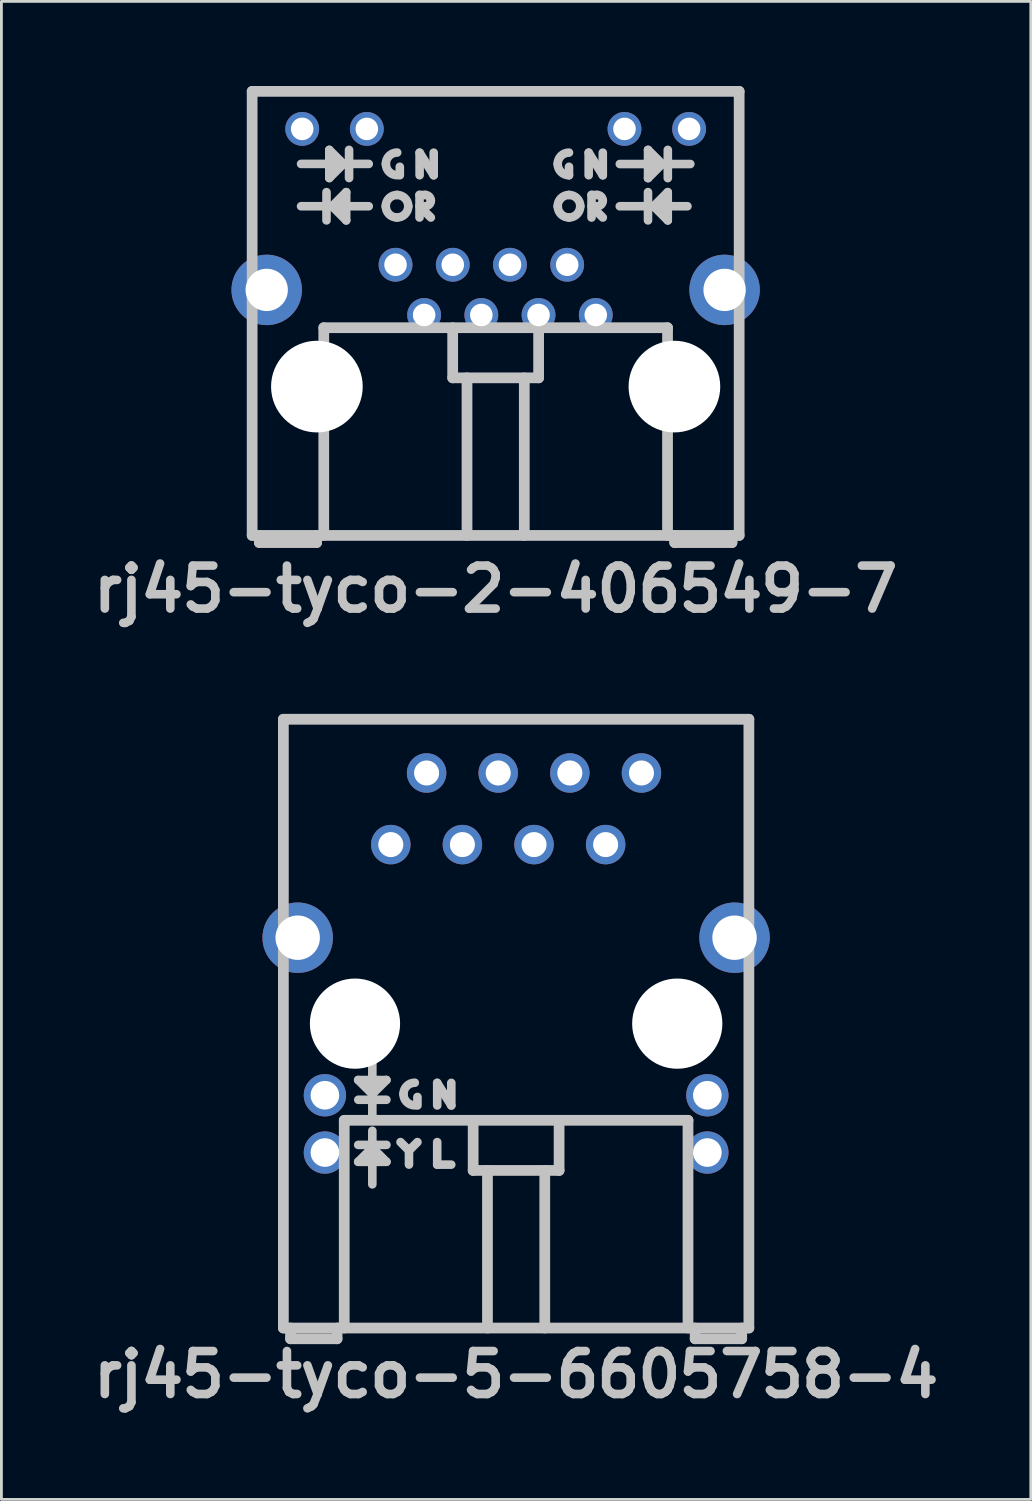
<source format=kicad_pcb>
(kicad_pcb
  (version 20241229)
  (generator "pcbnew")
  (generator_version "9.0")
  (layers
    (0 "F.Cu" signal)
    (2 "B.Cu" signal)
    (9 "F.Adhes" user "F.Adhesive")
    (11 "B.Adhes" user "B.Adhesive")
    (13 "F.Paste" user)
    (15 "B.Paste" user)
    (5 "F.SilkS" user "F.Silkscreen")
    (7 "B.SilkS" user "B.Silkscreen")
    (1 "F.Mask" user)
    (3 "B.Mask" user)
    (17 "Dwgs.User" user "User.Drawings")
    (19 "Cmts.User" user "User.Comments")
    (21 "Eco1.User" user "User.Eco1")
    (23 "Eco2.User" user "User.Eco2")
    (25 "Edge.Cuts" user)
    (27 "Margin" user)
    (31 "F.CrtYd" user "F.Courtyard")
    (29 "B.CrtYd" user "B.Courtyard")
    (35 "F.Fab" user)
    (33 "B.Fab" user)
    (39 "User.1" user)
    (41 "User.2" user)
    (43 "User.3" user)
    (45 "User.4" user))
  (footprint "rj45-tyco-5-6605758-4"
    (layer "F.Cu")
    (at 15.255 33.255)
    (property "Reference" "rj45-tyco-5-6605758-4" (at 0 12.446 0) (layer "Dwgs.User") (effects (font (size 1.524 1.524) (thickness 0.305))))
    (attr through_hole)
    (fp_line (start -8.255 -10.795) (end 8.255 -10.795) (stroke (width 0.381) (type solid)) (layer "Dwgs.User"))
    (fp_line (start -8.255 10.795) (end -8.255 -10.795) (stroke (width 0.381) (type solid)) (layer "Dwgs.User"))
    (fp_line (start -8.255 10.795) (end 8.255 10.795) (stroke (width 0.381) (type solid)) (layer "Dwgs.User"))
    (fp_line (start -8.001 11.176) (end -8.001 10.795) (stroke (width 0.381) (type solid)) (layer "Dwgs.User"))
    (fp_line (start -8.001 11.176) (end -6.35 11.176) (stroke (width 0.381) (type solid)) (layer "Dwgs.User"))
    (fp_line (start -6.35 11.176) (end -6.35 10.795) (stroke (width 0.381) (type solid)) (layer "Dwgs.User"))
    (fp_line (start -6.096 3.429) (end -6.096 10.795) (stroke (width 0.381) (type solid)) (layer "Dwgs.User"))
    (fp_line (start -6.096 3.429) (end 6.096 3.429) (stroke (width 0.381) (type solid)) (layer "Dwgs.User"))
    (fp_line (start -5.601 1.999) (end -4.6 1.999) (stroke (width 0.305) (type solid)) (layer "Dwgs.User"))
    (fp_line (start -5.601 4.3) (end -4.6 4.3) (stroke (width 0.305) (type solid)) (layer "Dwgs.User"))
    (fp_line (start -5.601 4.9) (end -5.1 4.399) (stroke (width 0.305) (type solid)) (layer "Dwgs.User"))
    (fp_line (start -5.1 2.499) (end -5.601 1.999) (stroke (width 0.305) (type solid)) (layer "Dwgs.User"))
    (fp_line (start -5.1 3.299) (end -5.1 1.4) (stroke (width 0.305) (type solid)) (layer "Dwgs.User"))
    (fp_line (start -5.1 4.399) (end -4.6 4.9) (stroke (width 0.305) (type solid)) (layer "Dwgs.User"))
    (fp_line (start -5.1 5.7) (end -5.1 3.8) (stroke (width 0.305) (type solid)) (layer "Dwgs.User"))
    (fp_line (start -4.6 1.999) (end -5.1 2.499) (stroke (width 0.305) (type solid)) (layer "Dwgs.User"))
    (fp_line (start -4.6 2.7) (end -5.598 2.7) (stroke (width 0.305) (type solid)) (layer "Dwgs.User"))
    (fp_line (start -4.6 4.9) (end -5.601 4.9) (stroke (width 0.305) (type solid)) (layer "Dwgs.User"))
    (fp_line (start -3.8 4.498) (end -3.8 4.999) (stroke (width 0.305) (type solid)) (layer "Dwgs.User"))
    (fp_line (start -3.8 4.501) (end -4.1 4.201) (stroke (width 0.305) (type solid)) (layer "Dwgs.User"))
    (fp_line (start -3.8 4.501) (end -3.5 4.201) (stroke (width 0.305) (type solid)) (layer "Dwgs.User"))
    (fp_line (start -3.5 2.601) (end -3.5 2.901) (stroke (width 0.305) (type solid)) (layer "Dwgs.User"))
    (fp_line (start -2.799 2.101) (end -2.299 2.901) (stroke (width 0.305) (type solid)) (layer "Dwgs.User"))
    (fp_line (start -2.799 2.901) (end -2.799 2.101) (stroke (width 0.305) (type solid)) (layer "Dwgs.User"))
    (fp_line (start -2.799 4.201) (end -2.799 5.001) (stroke (width 0.305) (type solid)) (layer "Dwgs.User"))
    (fp_line (start -2.799 5.001) (end -2.301 5.001) (stroke (width 0.305) (type solid)) (layer "Dwgs.User"))
    (fp_line (start -2.299 2.901) (end -2.299 2.101) (stroke (width 0.305) (type solid)) (layer "Dwgs.User"))
    (fp_line (start -1.524 5.207) (end -1.524 3.429) (stroke (width 0.381) (type solid)) (layer "Dwgs.User"))
    (fp_line (start -1.016 10.795) (end -1.016 5.207) (stroke (width 0.381) (type solid)) (layer "Dwgs.User"))
    (fp_line (start 1.016 5.207) (end 1.016 10.795) (stroke (width 0.381) (type solid)) (layer "Dwgs.User"))
    (fp_line (start 1.524 3.429) (end 1.524 5.207) (stroke (width 0.381) (type solid)) (layer "Dwgs.User"))
    (fp_line (start 1.524 5.207) (end -1.524 5.207) (stroke (width 0.381) (type solid)) (layer "Dwgs.User"))
    (fp_line (start 6.096 3.429) (end 6.096 10.795) (stroke (width 0.381) (type solid)) (layer "Dwgs.User"))
    (fp_line (start 6.35 11.176) (end 6.35 10.795) (stroke (width 0.381) (type solid)) (layer "Dwgs.User"))
    (fp_line (start 6.35 11.176) (end 8.001 11.176) (stroke (width 0.381) (type solid)) (layer "Dwgs.User"))
    (fp_line (start 8.001 11.176) (end 8.001 10.795) (stroke (width 0.381) (type solid)) (layer "Dwgs.User"))
    (fp_line (start 8.255 -10.795) (end 8.255 10.795) (stroke (width 0.381) (type solid)) (layer "Dwgs.User"))
    (fp_arc (start -3.99542 2.49682) (mid -3.877876 2.213044) (end -3.5941 2.0955) (stroke (width 0.3048) (type solid)) (layer "Dwgs.User"))
    (fp_arc (start -3.5941 2.89814) (mid -3.877876 2.780596) (end -3.99542 2.49682) (stroke (width 0.3048) (type solid)) (layer "Dwgs.User"))
    (pad "" thru_hole circle (at -7.747 -3.048) (size 2.499 2.499) (drill 1.575) (layers "*.Cu" "*.Mask"))
    (pad "" np_thru_hole circle (at -5.715 0) (size 3.2 3.2) (drill 3.2) (layers "*.Cu"))
    (pad "" np_thru_hole circle (at 5.715 0) (size 3.2 3.2) (drill 3.2) (layers "*.Cu"))
    (pad "" thru_hole circle (at 7.747 -3.048) (size 2.499 2.499) (drill 1.575) (layers "*.Cu" "*.Mask"))
    (pad "1" thru_hole circle (at -4.445 -6.35) (size 1.4 1.4) (drill 0.889) (layers "*.Cu" "*.Mask"))
    (pad "2" thru_hole circle (at -3.175 -8.89) (size 1.4 1.4) (drill 0.889) (layers "*.Cu" "*.Mask"))
    (pad "3" thru_hole circle (at -1.905 -6.35) (size 1.4 1.4) (drill 0.889) (layers "*.Cu" "*.Mask"))
    (pad "4" thru_hole circle (at -0.635 -8.89) (size 1.4 1.4) (drill 0.889) (layers "*.Cu" "*.Mask"))
    (pad "5" thru_hole circle (at 0.635 -6.35) (size 1.4 1.4) (drill 0.889) (layers "*.Cu" "*.Mask"))
    (pad "6" thru_hole circle (at 1.905 -8.89) (size 1.4 1.4) (drill 0.889) (layers "*.Cu" "*.Mask"))
    (pad "7" thru_hole circle (at 3.175 -6.35) (size 1.4 1.4) (drill 0.889) (layers "*.Cu" "*.Mask"))
    (pad "8" thru_hole circle (at 4.445 -8.89) (size 1.4 1.4) (drill 0.889) (layers "*.Cu" "*.Mask"))
    (pad "9" thru_hole circle (at -6.782 2.54) (size 1.501 1.501) (drill 1.016) (layers "*.Cu" "*.Mask"))
    (pad "10" thru_hole circle (at -6.782 4.572) (size 1.501 1.501) (drill 1.016) (layers "*.Cu" "*.Mask"))
    (pad "11" thru_hole circle (at 6.782 2.54) (size 1.501 1.501) (drill 1.016) (layers "*.Cu" "*.Mask"))
    (pad "12" thru_hole circle (at 6.782 4.572) (size 1.501 1.501) (drill 1.016) (layers "*.Cu" "*.Mask")))
  (footprint "rj45-tyco-2-406549-7"
    (layer "F.Cu")
    (at 14.529 8.065)
    (property "Reference" "rj45-tyco-2-406549-7" (at 0 9.779 0) (layer "Dwgs.User") (effects (font (size 1.524 1.524) (thickness 0.305))))
    (attr through_hole)
    (fp_line (start -8.636 -7.874) (end 8.636 -7.874) (stroke (width 0.381) (type solid)) (layer "Dwgs.User"))
    (fp_line (start -8.636 7.874) (end -8.636 -7.874) (stroke (width 0.381) (type solid)) (layer "Dwgs.User"))
    (fp_line (start -8.382 7.874) (end -8.382 8.128) (stroke (width 0.381) (type solid)) (layer "Dwgs.User"))
    (fp_line (start -8.382 8.128) (end -6.35 8.128) (stroke (width 0.381) (type solid)) (layer "Dwgs.User"))
    (fp_line (start -6.901 -5.301) (end -4.501 -5.301) (stroke (width 0.305) (type solid)) (layer "Dwgs.User"))
    (fp_line (start -6.901 -3.8) (end -4.501 -3.8) (stroke (width 0.305) (type solid)) (layer "Dwgs.User"))
    (fp_line (start -6.35 8.128) (end -6.35 7.874) (stroke (width 0.381) (type solid)) (layer "Dwgs.User"))
    (fp_line (start -6.096 0.508) (end 6.096 0.508) (stroke (width 0.381) (type solid)) (layer "Dwgs.User"))
    (fp_line (start -6.096 7.874) (end -6.096 0.508) (stroke (width 0.381) (type solid)) (layer "Dwgs.User"))
    (fp_line (start -5.999 -4.3) (end -5.999 -3.299) (stroke (width 0.305) (type solid)) (layer "Dwgs.User"))
    (fp_line (start -5.9 -5.799) (end -5.9 -4.801) (stroke (width 0.305) (type solid)) (layer "Dwgs.User"))
    (fp_line (start -5.9 -4.801) (end -5.4 -5.301) (stroke (width 0.305) (type solid)) (layer "Dwgs.User"))
    (fp_line (start -5.799 -3.8) (end -5.301 -3.299) (stroke (width 0.305) (type solid)) (layer "Dwgs.User"))
    (fp_line (start -5.4 -5.301) (end -5.9 -5.799) (stroke (width 0.305) (type solid)) (layer "Dwgs.User"))
    (fp_line (start -5.301 -4.3) (end -5.799 -3.8) (stroke (width 0.305) (type solid)) (layer "Dwgs.User"))
    (fp_line (start -5.301 -3.299) (end -5.301 -4.3) (stroke (width 0.305) (type solid)) (layer "Dwgs.User"))
    (fp_line (start -5.199 -5.799) (end -5.199 -4.801) (stroke (width 0.305) (type solid)) (layer "Dwgs.User"))
    (fp_line (start -3.399 -5.199) (end -3.399 -4.9) (stroke (width 0.305) (type solid)) (layer "Dwgs.User"))
    (fp_line (start -2.7 -3.8) (end -2.299 -3.401) (stroke (width 0.305) (type solid)) (layer "Dwgs.User"))
    (fp_line (start -2.7 -3.401) (end -2.7 -4.201) (stroke (width 0.305) (type solid)) (layer "Dwgs.User"))
    (fp_line (start -2.697 -5.7) (end -2.197 -4.9) (stroke (width 0.305) (type solid)) (layer "Dwgs.User"))
    (fp_line (start -2.697 -4.9) (end -2.697 -5.7) (stroke (width 0.305) (type solid)) (layer "Dwgs.User"))
    (fp_line (start -2.499 -4.201) (end -2.7 -4.201) (stroke (width 0.305) (type solid)) (layer "Dwgs.User"))
    (fp_line (start -2.197 -4.9) (end -2.197 -5.7) (stroke (width 0.305) (type solid)) (layer "Dwgs.User"))
    (fp_line (start -1.524 2.286) (end -1.524 0.508) (stroke (width 0.381) (type solid)) (layer "Dwgs.User"))
    (fp_line (start -1.016 7.874) (end -1.016 2.286) (stroke (width 0.381) (type solid)) (layer "Dwgs.User"))
    (fp_line (start 1.016 2.286) (end 1.016 7.874) (stroke (width 0.381) (type solid)) (layer "Dwgs.User"))
    (fp_line (start 1.524 0.508) (end 1.524 2.286) (stroke (width 0.381) (type solid)) (layer "Dwgs.User"))
    (fp_line (start 1.524 2.286) (end -1.524 2.286) (stroke (width 0.381) (type solid)) (layer "Dwgs.User"))
    (fp_line (start 2.601 -4.9) (end 2.601 -5.199) (stroke (width 0.305) (type solid)) (layer "Dwgs.User"))
    (fp_line (start 3.299 -5.7) (end 3.8 -4.9) (stroke (width 0.305) (type solid)) (layer "Dwgs.User"))
    (fp_line (start 3.299 -4.9) (end 3.299 -5.7) (stroke (width 0.305) (type solid)) (layer "Dwgs.User"))
    (fp_line (start 3.401 -3.401) (end 3.401 -4.201) (stroke (width 0.305) (type solid)) (layer "Dwgs.User"))
    (fp_line (start 3.599 -4.201) (end 3.401 -4.201) (stroke (width 0.305) (type solid)) (layer "Dwgs.User"))
    (fp_line (start 3.8 -4.9) (end 3.8 -5.7) (stroke (width 0.305) (type solid)) (layer "Dwgs.User"))
    (fp_line (start 3.8 -3.401) (end 3.401 -3.8) (stroke (width 0.305) (type solid)) (layer "Dwgs.User"))
    (fp_line (start 4.402 -3.8) (end 6.802 -3.8) (stroke (width 0.305) (type solid)) (layer "Dwgs.User"))
    (fp_line (start 4.404 -5.298) (end 6.904 -5.298) (stroke (width 0.305) (type solid)) (layer "Dwgs.User"))
    (fp_line (start 5.403 -4.3) (end 5.403 -3.299) (stroke (width 0.305) (type solid)) (layer "Dwgs.User"))
    (fp_line (start 5.405 -5.799) (end 5.905 -5.298) (stroke (width 0.305) (type solid)) (layer "Dwgs.User"))
    (fp_line (start 5.405 -4.798) (end 5.405 -5.799) (stroke (width 0.305) (type solid)) (layer "Dwgs.User"))
    (fp_line (start 5.603 -3.8) (end 6.104 -4.3) (stroke (width 0.305) (type solid)) (layer "Dwgs.User"))
    (fp_line (start 5.905 -5.298) (end 5.405 -4.798) (stroke (width 0.305) (type solid)) (layer "Dwgs.User"))
    (fp_line (start 6.096 0.508) (end 6.096 7.874) (stroke (width 0.381) (type solid)) (layer "Dwgs.User"))
    (fp_line (start 6.104 -4.3) (end 6.104 -3.299) (stroke (width 0.305) (type solid)) (layer "Dwgs.User"))
    (fp_line (start 6.104 -3.299) (end 5.603 -3.8) (stroke (width 0.305) (type solid)) (layer "Dwgs.User"))
    (fp_line (start 6.106 -5.799) (end 6.106 -4.798) (stroke (width 0.305) (type solid)) (layer "Dwgs.User"))
    (fp_line (start 6.35 7.874) (end 6.35 8.128) (stroke (width 0.381) (type solid)) (layer "Dwgs.User"))
    (fp_line (start 6.35 8.128) (end 8.382 8.128) (stroke (width 0.381) (type solid)) (layer "Dwgs.User"))
    (fp_line (start 8.382 8.128) (end 8.382 7.874) (stroke (width 0.381) (type solid)) (layer "Dwgs.User"))
    (fp_line (start 8.636 -7.874) (end 8.636 7.874) (stroke (width 0.381) (type solid)) (layer "Dwgs.User"))
    (fp_line (start 8.636 7.874) (end -8.636 7.874) (stroke (width 0.381) (type solid)) (layer "Dwgs.User"))
    (fp_arc (start -3.8989 -3.79984) (mid -3.781356 -4.083616) (end -3.49758 -4.20116) (stroke (width 0.3048) (type solid)) (layer "Dwgs.User"))
    (fp_arc (start -3.89382 -5.30352) (mid -3.776276 -5.587296) (end -3.4925 -5.70484) (stroke (width 0.3048) (type solid)) (layer "Dwgs.User"))
    (fp_arc (start -3.50012 -4.20116) (mid -3.216344 -4.083616) (end -3.0988 -3.79984) (stroke (width 0.3048) (type solid)) (layer "Dwgs.User"))
    (fp_arc (start -3.49758 -3.40106) (mid -3.77956 -3.51786) (end -3.89636 -3.79984) (stroke (width 0.3048) (type solid)) (layer "Dwgs.User"))
    (fp_arc (start -3.4925 -4.9022) (mid -3.776276 -5.019744) (end -3.89382 -5.30352) (stroke (width 0.3048) (type solid)) (layer "Dwgs.User"))
    (fp_arc (start -3.0988 -3.79984) (mid -3.2156 -3.51786) (end -3.49758 -3.40106) (stroke (width 0.3048) (type solid)) (layer "Dwgs.User"))
    (fp_arc (start -2.49936 -4.20116) (mid -2.357472 -4.142388) (end -2.2987 -4.0005) (stroke (width 0.3048) (type solid)) (layer "Dwgs.User"))
    (fp_arc (start -2.2987 -4.0005) (mid -2.357472 -3.858612) (end -2.49936 -3.79984) (stroke (width 0.3048) (type solid)) (layer "Dwgs.User"))
    (fp_arc (start 2.19964 -5.30098) (mid 2.317184 -5.584756) (end 2.60096 -5.7023) (stroke (width 0.3048) (type solid)) (layer "Dwgs.User"))
    (fp_arc (start 2.19964 -3.79984) (mid 2.317184 -4.083616) (end 2.60096 -4.20116) (stroke (width 0.3048) (type solid)) (layer "Dwgs.User"))
    (fp_arc (start 2.60096 -4.89966) (mid 2.317184 -5.017204) (end 2.19964 -5.30098) (stroke (width 0.3048) (type solid)) (layer "Dwgs.User"))
    (fp_arc (start 2.60096 -4.20116) (mid 2.884736 -4.083616) (end 3.00228 -3.79984) (stroke (width 0.3048) (type solid)) (layer "Dwgs.User"))
    (fp_arc (start 2.60096 -3.40106) (mid 2.31898 -3.51786) (end 2.20218 -3.79984) (stroke (width 0.3048) (type solid)) (layer "Dwgs.User"))
    (fp_arc (start 2.99974 -3.79984) (mid 2.88294 -3.51786) (end 2.60096 -3.40106) (stroke (width 0.3048) (type solid)) (layer "Dwgs.User"))
    (fp_arc (start 3.59918 -4.20116) (mid 3.741068 -4.142388) (end 3.79984 -4.0005) (stroke (width 0.3048) (type solid)) (layer "Dwgs.User"))
    (fp_arc (start 3.79984 -4.0005) (mid 3.741068 -3.858612) (end 3.59918 -3.79984) (stroke (width 0.3048) (type solid)) (layer "Dwgs.User"))
    (pad "" thru_hole circle (at -8.12 -0.833) (size 2.499 2.499) (drill 1.501) (layers "*.Cu" "*.Mask"))
    (pad "" np_thru_hole circle (at -6.34 2.596) (size 3.251 3.251) (drill 3.251) (layers "*.Cu"))
    (pad "" np_thru_hole circle (at 6.34 2.596) (size 3.251 3.251) (drill 3.251) (layers "*.Cu"))
    (pad "" thru_hole circle (at 8.12 -0.833) (size 2.499 2.499) (drill 1.501) (layers "*.Cu" "*.Mask"))
    (pad "1" thru_hole circle (at 3.551 0.056) (size 1.199 1.199) (drill 0.8) (layers "*.Cu" "*.Mask"))
    (pad "2" thru_hole circle (at 2.537 -1.725) (size 1.199 1.199) (drill 0.8) (layers "*.Cu" "*.Mask"))
    (pad "3" thru_hole circle (at 1.521 0.056) (size 1.199 1.199) (drill 0.8) (layers "*.Cu" "*.Mask"))
    (pad "4" thru_hole circle (at 0.508 -1.725) (size 1.199 1.199) (drill 0.8) (layers "*.Cu" "*.Mask"))
    (pad "5" thru_hole circle (at -0.508 0.056) (size 1.199 1.199) (drill 0.8) (layers "*.Cu" "*.Mask"))
    (pad "6" thru_hole circle (at -1.521 -1.725) (size 1.199 1.199) (drill 0.8) (layers "*.Cu" "*.Mask"))
    (pad "7" thru_hole circle (at -2.537 0.056) (size 1.199 1.199) (drill 0.8) (layers "*.Cu" "*.Mask"))
    (pad "8" thru_hole circle (at -3.551 -1.725) (size 1.199 1.199) (drill 0.8) (layers "*.Cu" "*.Mask"))
    (pad "9" thru_hole circle (at 6.861 -6.543) (size 1.199 1.199) (drill 0.8) (layers "*.Cu" "*.Mask"))
    (pad "10" thru_hole circle (at 4.569 -6.543) (size 1.199 1.199) (drill 0.8) (layers "*.Cu" "*.Mask"))
    (pad "11" thru_hole circle (at -4.569 -6.543) (size 1.199 1.199) (drill 0.8) (layers "*.Cu" "*.Mask"))
    (pad "12" thru_hole circle (at -6.861 -6.543) (size 1.199 1.199) (drill 0.8) (layers "*.Cu" "*.Mask")))
  (gr_rect
    (start -3 -3)
    (end 33.509 50.128)
    (stroke (width 0.1) (type default))
    (fill no)
    (layer "Edge.Cuts")))
</source>
